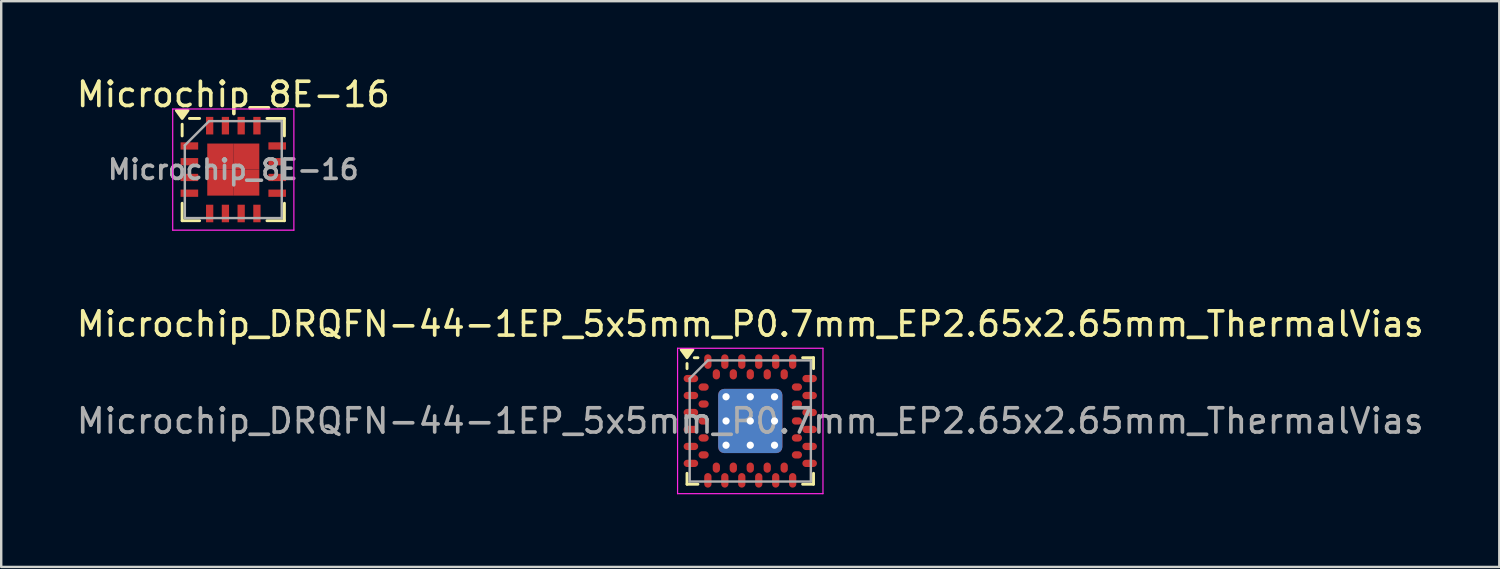
<source format=kicad_pcb>
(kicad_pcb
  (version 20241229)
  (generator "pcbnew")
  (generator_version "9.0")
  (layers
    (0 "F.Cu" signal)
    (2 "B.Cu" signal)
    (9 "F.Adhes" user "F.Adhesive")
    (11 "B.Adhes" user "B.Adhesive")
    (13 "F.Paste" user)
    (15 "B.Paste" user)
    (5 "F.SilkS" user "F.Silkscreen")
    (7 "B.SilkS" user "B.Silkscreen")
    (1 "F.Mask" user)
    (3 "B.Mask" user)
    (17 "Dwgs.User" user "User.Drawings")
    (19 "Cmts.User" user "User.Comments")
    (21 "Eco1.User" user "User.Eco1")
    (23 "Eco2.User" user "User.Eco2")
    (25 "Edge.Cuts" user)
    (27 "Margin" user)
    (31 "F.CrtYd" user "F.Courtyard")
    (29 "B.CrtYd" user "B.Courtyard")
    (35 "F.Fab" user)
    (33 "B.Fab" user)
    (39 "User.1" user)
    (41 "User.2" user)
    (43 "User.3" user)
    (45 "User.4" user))
  (footprint "Microchip_8E-16"
    (layer "F.Cu")
    (at 6.577 3.948)
    (property "Reference" "Microchip_8E-16" (at 0 -3.1 0) (layer "F.SilkS") (effects (font (size 1 1) (thickness 0.15))))
    (attr smd)
    (fp_line (start -2.11 -1.87) (end -2.11 -1.39) (stroke (width 0.12) (type solid)) (layer "F.SilkS"))
    (fp_line (start -2.11 2.11) (end -2.11 1.39) (stroke (width 0.12) (type solid)) (layer "F.SilkS"))
    (fp_line (start -2.11 2.11) (end -1.39 2.11) (stroke (width 0.12) (type solid)) (layer "F.SilkS"))
    (fp_line (start -1.39 -2.11) (end -1.81 -2.11) (stroke (width 0.12) (type solid)) (layer "F.SilkS"))
    (fp_line (start 2.11 -2.11) (end 1.39 -2.11) (stroke (width 0.12) (type solid)) (layer "F.SilkS"))
    (fp_line (start 2.11 -2.11) (end 2.11 -1.39) (stroke (width 0.12) (type solid)) (layer "F.SilkS"))
    (fp_line (start 2.11 2.11) (end 1.39 2.11) (stroke (width 0.12) (type solid)) (layer "F.SilkS"))
    (fp_line (start 2.11 2.11) (end 2.11 1.39) (stroke (width 0.12) (type solid)) (layer "F.SilkS"))
    (fp_poly (pts (xy -2.11 -2.11) (xy -2.35 -2.44) (xy -1.87 -2.44) (xy -2.11 -2.11)) (stroke (width 0.12) (type solid)) (fill yes) (layer "F.SilkS"))
    (fp_line (start -2.5 -2.5) (end -2.5 2.5) (stroke (width 0.05) (type solid)) (layer "F.CrtYd"))
    (fp_line (start -2.5 -2.5) (end 2.5 -2.5) (stroke (width 0.05) (type solid)) (layer "F.CrtYd"))
    (fp_line (start -2.5 2.5) (end 2.5 2.5) (stroke (width 0.05) (type solid)) (layer "F.CrtYd"))
    (fp_line (start 2.5 -2.5) (end 2.5 2.5) (stroke (width 0.05) (type solid)) (layer "F.CrtYd"))
    (fp_line (start -2 2) (end -2 -1) (stroke (width 0.1) (type solid)) (layer "F.Fab"))
    (fp_line (start -1 -2) (end -2 -1) (stroke (width 0.1) (type solid)) (layer "F.Fab"))
    (fp_line (start -1 -2) (end 2 -2) (stroke (width 0.1) (type solid)) (layer "F.Fab"))
    (fp_line (start 2 -2) (end 2 2) (stroke (width 0.1) (type solid)) (layer "F.Fab"))
    (fp_line (start 2 2) (end -2 2) (stroke (width 0.1) (type solid)) (layer "F.Fab"))
    (fp_text user "${REFERENCE}" (at 0 0 0) (layer "F.Fab") (effects (font (size 0.8 0.8) (thickness 0.15))))
    (pad "1" smd rect (at -1.812 -0.975) (size 0.725 0.3) (layers "F.Cu" "F.Mask" "F.Paste"))
    (pad "2" smd rect (at -1.812 -0.325) (size 0.725 0.3) (layers "F.Cu" "F.Mask" "F.Paste"))
    (pad "3" smd rect (at -1.812 0.325) (size 0.725 0.3) (layers "F.Cu" "F.Mask" "F.Paste"))
    (pad "4" smd rect (at -1.812 0.975) (size 0.725 0.3) (layers "F.Cu" "F.Mask" "F.Paste"))
    (pad "5" smd rect (at -0.975 1.812 90) (size 0.725 0.3) (layers "F.Cu" "F.Mask" "F.Paste"))
    (pad "6" smd rect (at -0.325 1.812 90) (size 0.725 0.3) (layers "F.Cu" "F.Mask" "F.Paste"))
    (pad "7" smd rect (at 0.325 1.812 90) (size 0.725 0.3) (layers "F.Cu" "F.Mask" "F.Paste"))
    (pad "8" smd rect (at 0.975 1.812 90) (size 0.725 0.3) (layers "F.Cu" "F.Mask" "F.Paste"))
    (pad "9" smd rect (at 1.812 0.975) (size 0.725 0.3) (layers "F.Cu" "F.Mask" "F.Paste"))
    (pad "10" smd rect (at 1.812 0.325) (size 0.725 0.3) (layers "F.Cu" "F.Mask" "F.Paste"))
    (pad "11" smd rect (at 1.812 -0.325) (size 0.725 0.3) (layers "F.Cu" "F.Mask" "F.Paste"))
    (pad "12" smd rect (at 1.812 -0.975) (size 0.725 0.3) (layers "F.Cu" "F.Mask" "F.Paste"))
    (pad "13" smd rect (at 0.975 -1.812 90) (size 0.725 0.3) (layers "F.Cu" "F.Mask" "F.Paste"))
    (pad "14" smd rect (at 0.325 -1.812 90) (size 0.725 0.3) (layers "F.Cu" "F.Mask" "F.Paste"))
    (pad "15" smd rect (at -0.325 -1.812 90) (size 0.725 0.3) (layers "F.Cu" "F.Mask" "F.Paste"))
    (pad "16" smd rect (at -0.975 -1.812 90) (size 0.725 0.3) (layers "F.Cu" "F.Mask" "F.Paste"))
    (pad "17" smd rect (at -0.537 -0.537) (size 1.075 1.075) (layers "F.Cu" "F.Mask" "F.Paste"))
    (pad "17" smd rect (at -0.537 0.537) (size 1.075 1.075) (layers "F.Cu" "F.Mask" "F.Paste"))
    (pad "17" smd rect (at 0.537 -0.537) (size 1.075 1.075) (layers "F.Cu" "F.Mask" "F.Paste"))
    (pad "17" smd rect (at 0.537 0.537) (size 1.075 1.075) (layers "F.Cu" "F.Mask" "F.Paste")))
  (footprint "Microchip_DRQFN-44-1EP_5x5mm_P0.7mm_EP2.65x2.65mm_ThermalVias"
    (layer "F.Cu")
    (at 27.911 14.322)
    (property "Reference" "Microchip_DRQFN-44-1EP_5x5mm_P0.7mm_EP2.65x2.65mm_ThermalVias" (at 0 -4 0) (layer "F.SilkS") (effects (font (size 1 1) (thickness 0.15))))
    (attr smd)
    (fp_line (start -2.61 -2.37) (end -2.61 -2.16) (stroke (width 0.12) (type solid)) (layer "F.SilkS"))
    (fp_line (start -2.61 2.61) (end -2.61 2.16) (stroke (width 0.12) (type solid)) (layer "F.SilkS"))
    (fp_line (start -2.16 -2.61) (end -2.31 -2.61) (stroke (width 0.12) (type solid)) (layer "F.SilkS"))
    (fp_line (start -2.16 2.61) (end -2.61 2.61) (stroke (width 0.12) (type solid)) (layer "F.SilkS"))
    (fp_line (start 2.16 -2.61) (end 2.61 -2.61) (stroke (width 0.12) (type solid)) (layer "F.SilkS"))
    (fp_line (start 2.61 -2.61) (end 2.61 -2.16) (stroke (width 0.12) (type solid)) (layer "F.SilkS"))
    (fp_line (start 2.61 2.16) (end 2.61 2.61) (stroke (width 0.12) (type solid)) (layer "F.SilkS"))
    (fp_line (start 2.61 2.61) (end 2.16 2.61) (stroke (width 0.12) (type solid)) (layer "F.SilkS"))
    (fp_poly (pts (xy -2.61 -2.61) (xy -2.85 -2.94) (xy -2.37 -2.94) (xy -2.61 -2.61)) (stroke (width 0.12) (type solid)) (fill yes) (layer "F.SilkS"))
    (fp_line (start -3 -3) (end 3 -3) (stroke (width 0.05) (type solid)) (layer "F.CrtYd"))
    (fp_line (start -3 3) (end -3 -3) (stroke (width 0.05) (type solid)) (layer "F.CrtYd"))
    (fp_line (start 3 -3) (end 3 3) (stroke (width 0.05) (type solid)) (layer "F.CrtYd"))
    (fp_line (start 3 3) (end -3 3) (stroke (width 0.05) (type solid)) (layer "F.CrtYd"))
    (fp_line (start -2.5 -1.75) (end -1.75 -2.5) (stroke (width 0.1) (type solid)) (layer "F.Fab"))
    (fp_line (start -2.5 2.5) (end -2.5 -1.75) (stroke (width 0.1) (type solid)) (layer "F.Fab"))
    (fp_line (start -1.75 -2.5) (end 2.5 -2.5) (stroke (width 0.1) (type solid)) (layer "F.Fab"))
    (fp_line (start 2.5 -2.5) (end 2.5 2.5) (stroke (width 0.1) (type solid)) (layer "F.Fab"))
    (fp_line (start 2.5 2.5) (end -2.5 2.5) (stroke (width 0.1) (type solid)) (layer "F.Fab"))
    (fp_text user "${REFERENCE}" (at 0 0 0) (layer "F.Fab") (effects (font (size 1 1) (thickness 0.15))))
    (pad "" smd roundrect (at -0.5 -0.5) (size 0.85 0.85) (layers "F.Paste") (roundrect_rratio 0.25))
    (pad "" smd roundrect (at -0.5 0.5) (size 0.85 0.85) (layers "F.Paste") (roundrect_rratio 0.25))
    (pad "" smd roundrect (at 0.5 -0.5) (size 0.85 0.85) (layers "F.Paste") (roundrect_rratio 0.25))
    (pad "" smd roundrect (at 0.5 0.5) (size 0.85 0.85) (layers "F.Paste") (roundrect_rratio 0.25))
    (pad "A1" smd oval (at -2.45 -1.75) (size 0.6 0.3) (layers "F.Cu" "F.Mask" "F.Paste"))
    (pad "A2" smd oval (at -2.45 -1.05) (size 0.6 0.3) (layers "F.Cu" "F.Mask" "F.Paste"))
    (pad "A3" smd oval (at -2.45 -0.35) (size 0.6 0.3) (layers "F.Cu" "F.Mask" "F.Paste"))
    (pad "A4" smd oval (at -2.45 0.35) (size 0.6 0.3) (layers "F.Cu" "F.Mask" "F.Paste"))
    (pad "A5" smd oval (at -2.45 1.05) (size 0.6 0.3) (layers "F.Cu" "F.Mask" "F.Paste"))
    (pad "A6" smd oval (at -2.45 1.75) (size 0.6 0.3) (layers "F.Cu" "F.Mask" "F.Paste"))
    (pad "A7" smd oval (at -1.75 2.45) (size 0.3 0.6) (layers "F.Cu" "F.Mask" "F.Paste"))
    (pad "A8" smd oval (at -1.05 2.45) (size 0.3 0.6) (layers "F.Cu" "F.Mask" "F.Paste"))
    (pad "A9" smd oval (at -0.35 2.45) (size 0.3 0.6) (layers "F.Cu" "F.Mask" "F.Paste"))
    (pad "A10" smd oval (at 0.35 2.45) (size 0.3 0.6) (layers "F.Cu" "F.Mask" "F.Paste"))
    (pad "A11" smd oval (at 1.05 2.45) (size 0.3 0.6) (layers "F.Cu" "F.Mask" "F.Paste"))
    (pad "A12" smd oval (at 1.75 2.45) (size 0.3 0.6) (layers "F.Cu" "F.Mask" "F.Paste"))
    (pad "A13" smd oval (at 2.45 1.75) (size 0.6 0.3) (layers "F.Cu" "F.Mask" "F.Paste"))
    (pad "A14" smd oval (at 2.45 1.05) (size 0.6 0.3) (layers "F.Cu" "F.Mask" "F.Paste"))
    (pad "A15" smd oval (at 2.45 0.35) (size 0.6 0.3) (layers "F.Cu" "F.Mask" "F.Paste"))
    (pad "A16" smd oval (at 2.45 -0.35) (size 0.6 0.3) (layers "F.Cu" "F.Mask" "F.Paste"))
    (pad "A17" smd oval (at 2.45 -1.05) (size 0.6 0.3) (layers "F.Cu" "F.Mask" "F.Paste"))
    (pad "A18" smd oval (at 2.45 -1.75) (size 0.6 0.3) (layers "F.Cu" "F.Mask" "F.Paste"))
    (pad "A19" smd oval (at 1.75 -2.45) (size 0.3 0.6) (layers "F.Cu" "F.Mask" "F.Paste"))
    (pad "A20" smd oval (at 1.05 -2.45) (size 0.3 0.6) (layers "F.Cu" "F.Mask" "F.Paste"))
    (pad "A21" smd oval (at 0.35 -2.45) (size 0.3 0.6) (layers "F.Cu" "F.Mask" "F.Paste"))
    (pad "A22" smd oval (at -0.35 -2.45) (size 0.3 0.6) (layers "F.Cu" "F.Mask" "F.Paste"))
    (pad "A23" smd oval (at -1.05 -2.45) (size 0.3 0.6) (layers "F.Cu" "F.Mask" "F.Paste"))
    (pad "A24" smd oval (at -1.75 -2.45) (size 0.3 0.6) (layers "F.Cu" "F.Mask" "F.Paste"))
    (pad "B1" smd oval (at -1.925 -1.4) (size 0.42 0.3) (layers "F.Cu" "F.Mask" "F.Paste"))
    (pad "B2" smd oval (at -1.925 -0.7) (size 0.42 0.3) (layers "F.Cu" "F.Mask" "F.Paste"))
    (pad "B3" smd oval (at -1.925 0) (size 0.42 0.3) (layers "F.Cu" "F.Mask" "F.Paste"))
    (pad "B4" smd oval (at -1.925 0.7) (size 0.42 0.3) (layers "F.Cu" "F.Mask" "F.Paste"))
    (pad "B5" smd oval (at -1.925 1.4) (size 0.42 0.3) (layers "F.Cu" "F.Mask" "F.Paste"))
    (pad "B6" smd oval (at -1.4 1.925) (size 0.3 0.42) (layers "F.Cu" "F.Mask" "F.Paste"))
    (pad "B7" smd oval (at -0.7 1.925) (size 0.3 0.42) (layers "F.Cu" "F.Mask" "F.Paste"))
    (pad "B8" smd oval (at 0 1.925) (size 0.3 0.42) (layers "F.Cu" "F.Mask" "F.Paste"))
    (pad "B9" smd oval (at 0.7 1.925) (size 0.3 0.42) (layers "F.Cu" "F.Mask" "F.Paste"))
    (pad "B10" smd oval (at 1.4 1.925) (size 0.3 0.42) (layers "F.Cu" "F.Mask" "F.Paste"))
    (pad "B11" smd oval (at 1.925 1.4) (size 0.42 0.3) (layers "F.Cu" "F.Mask" "F.Paste"))
    (pad "B12" smd oval (at 1.925 0.7) (size 0.42 0.3) (layers "F.Cu" "F.Mask" "F.Paste"))
    (pad "B13" smd oval (at 1.925 0) (size 0.42 0.3) (layers "F.Cu" "F.Mask" "F.Paste"))
    (pad "B14" smd oval (at 1.925 -0.7) (size 0.42 0.3) (layers "F.Cu" "F.Mask" "F.Paste"))
    (pad "B15" smd oval (at 1.925 -1.4) (size 0.42 0.3) (layers "F.Cu" "F.Mask" "F.Paste"))
    (pad "B16" smd oval (at 1.4 -1.925) (size 0.3 0.42) (layers "F.Cu" "F.Mask" "F.Paste"))
    (pad "B17" smd oval (at 0.7 -1.925) (size 0.3 0.42) (layers "F.Cu" "F.Mask" "F.Paste"))
    (pad "B18" smd oval (at 0 -1.925) (size 0.3 0.42) (layers "F.Cu" "F.Mask" "F.Paste"))
    (pad "B19" smd oval (at -0.7 -1.925) (size 0.3 0.42) (layers "F.Cu" "F.Mask" "F.Paste"))
    (pad "B20" smd oval (at -1.4 -1.925) (size 0.3 0.42) (layers "F.Cu" "F.Mask" "F.Paste"))
    (pad "EP" thru_hole circle (at -1 -1) (size 0.6 0.6) (drill 0.3) (layers "*.Cu"))
    (pad "EP" thru_hole circle (at -1 0) (size 0.6 0.6) (drill 0.3) (layers "*.Cu"))
    (pad "EP" thru_hole circle (at -1 1) (size 0.6 0.6) (drill 0.3) (layers "*.Cu"))
    (pad "EP" thru_hole circle (at 0 -1) (size 0.6 0.6) (drill 0.3) (layers "*.Cu"))
    (pad "EP" thru_hole circle (at 0 0) (size 0.6 0.6) (drill 0.3) (layers "*.Cu"))
    (pad "EP" smd roundrect (at 0 0) (size 2.65 2.65) (layers "F.Cu" "F.Mask") (roundrect_rratio 0.094))
    (pad "EP" smd roundrect (at 0 0) (size 2.65 2.65) (layers "B.Cu") (roundrect_rratio 0.094))
    (pad "EP" thru_hole circle (at 0 1) (size 0.6 0.6) (drill 0.3) (layers "*.Cu"))
    (pad "EP" thru_hole circle (at 1 -1) (size 0.6 0.6) (drill 0.3) (layers "*.Cu"))
    (pad "EP" thru_hole circle (at 1 0) (size 0.6 0.6) (drill 0.3) (layers "*.Cu"))
    (pad "EP" thru_hole circle (at 1 1) (size 0.6 0.6) (drill 0.3) (layers "*.Cu")))
  (gr_rect
    (start -3 -3)
    (end 58.821 20.346)
    (stroke (width 0.1) (type default))
    (fill no)
    (layer "Edge.Cuts")))
</source>
